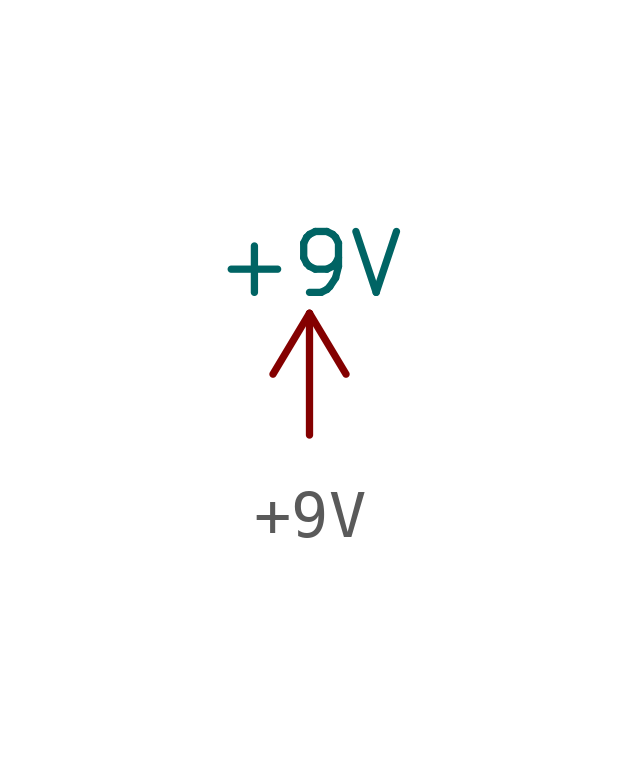
<source format=kicad_sym>
(kicad_symbol_lib
  (version 20220914)
  (generator kicad_symbol_editor)
  (symbol "+9V"
    (power)
    (pin_names
      (offset 0))
    (property "Reference" "#PWR"
      (at 0 -3.81 0)
      (effects (font (size 1.27 1.27)) hide))
    (property "Value" "+9V"
      (at 0 3.556 0)
      (effects (font (size 1.27 1.27))))
    (symbol "+9V_0_1"
      (polyline (pts (xy -0.762 1.27) (xy 0 2.54)) (stroke (width 0) (type default)) (fill (type none)))
      (polyline (pts (xy 0 0) (xy 0 2.54)) (stroke (width 0) (type default)) (fill (type none)))
      (polyline (pts (xy 0 2.54) (xy 0.762 1.27)) (stroke (width 0) (type default)) (fill (type none))))
    (symbol "+9V_1_1"
      (pin power_in line (at 0 0 90) (length 0) hide (name "+9V" (effects (font (size 1.27 1.27)))) (number "1" (effects (font (size 1.27 1.27))))))))
</source>
